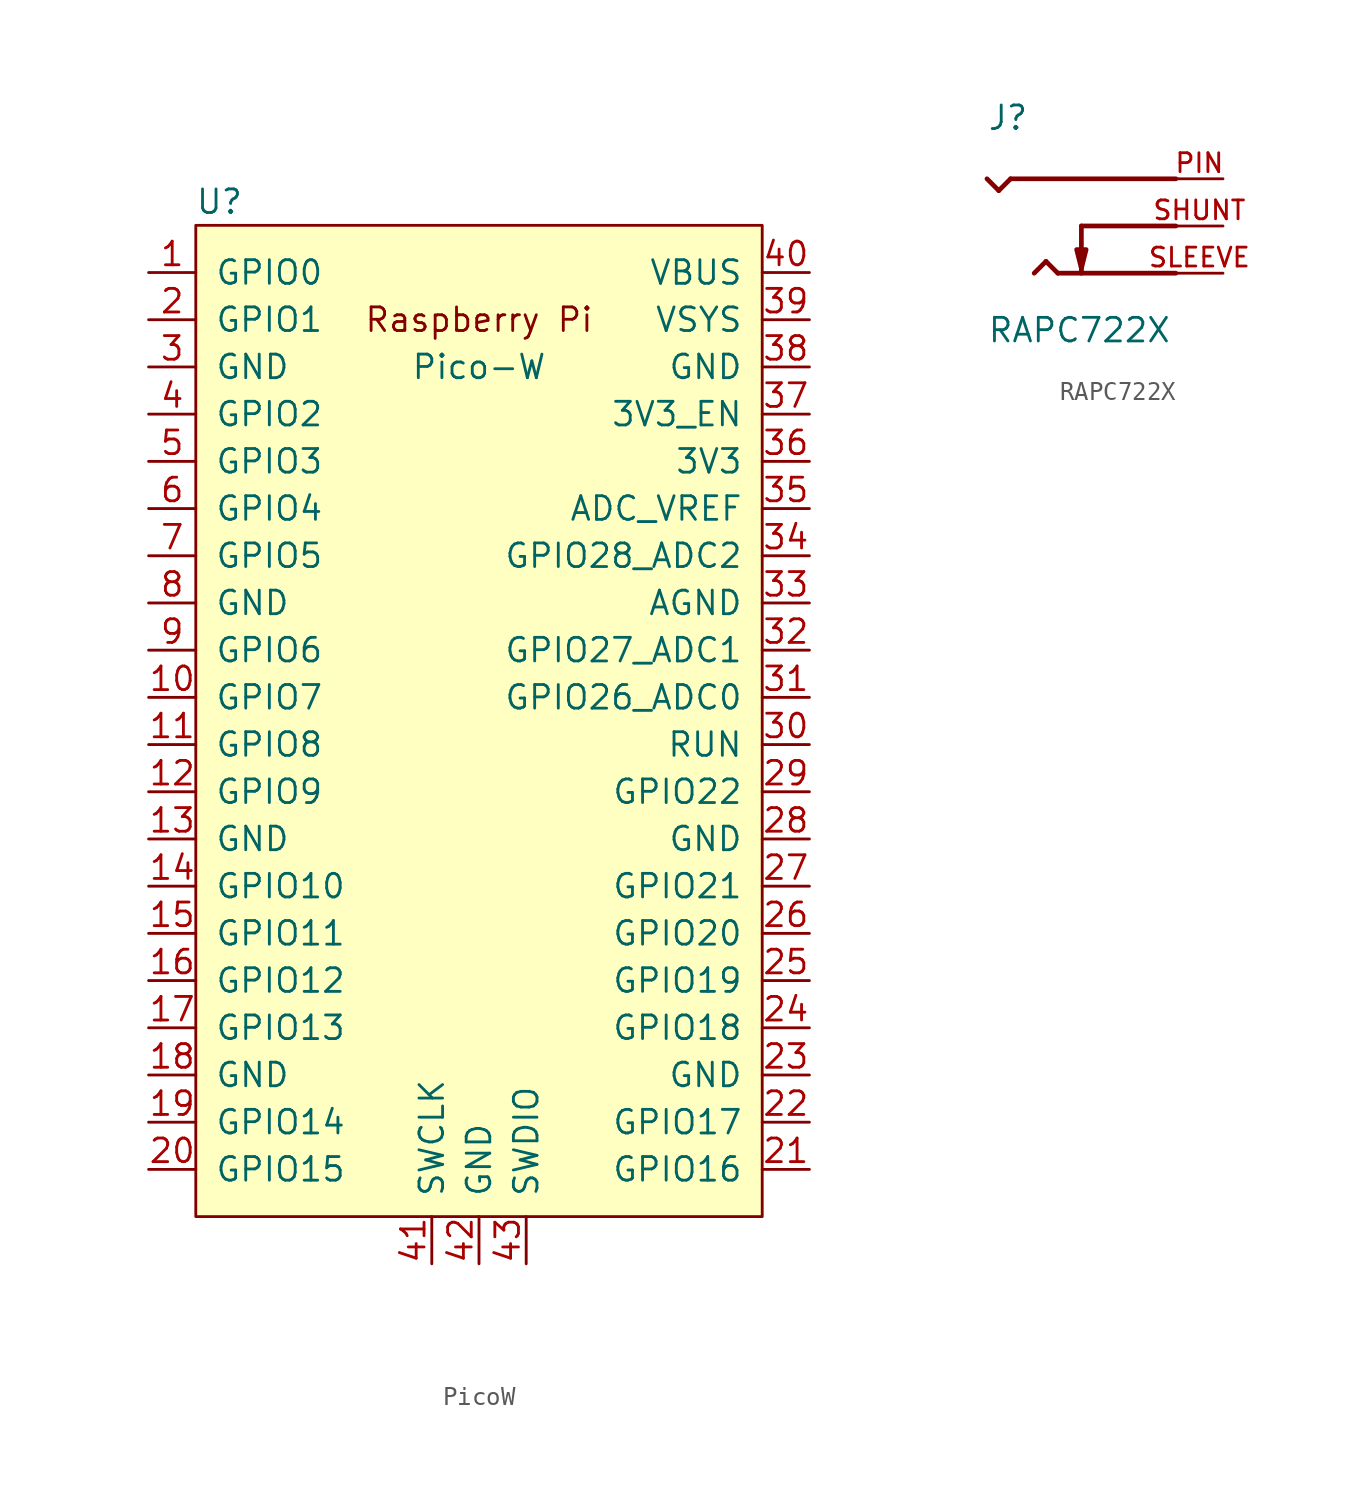
<source format=kicad_sym>
(kicad_symbol_lib
  (version 20231120)
  (generator "kicad_symbol_editor")
  (generator_version "8.0")
  (symbol "PicoW"
    (pin_names
      (offset 1.016))
    (property "Reference" "U"
      (at -13.97 27.94 0)
      (effects (font (size 1.27 1.27))))
    (property "Value" "Pico-W"
      (at 0 19.05 0)
      (effects (font (size 1.27 1.27))))
    (symbol "PicoW_0_0"
      (text "Raspberry Pi" (at 0 21.59 0) (effects (font (size 1.27 1.27)))))
    (symbol "PicoW_0_1"
      (rectangle (start -15.24 26.67) (end 15.24 -26.67) (stroke (width 0) (type default)) (fill (type background))))
    (symbol "PicoW_1_1"
      (pin bidirectional line (at -17.78 24.13 0) (length 2.54) (name "GPIO0" (effects (font (size 1.27 1.27)))) (number "1" (effects (font (size 1.27 1.27)))))
      (pin bidirectional line (at -17.78 1.27 0) (length 2.54) (name "GPIO7" (effects (font (size 1.27 1.27)))) (number "10" (effects (font (size 1.27 1.27)))))
      (pin bidirectional line (at -17.78 -1.27 0) (length 2.54) (name "GPIO8" (effects (font (size 1.27 1.27)))) (number "11" (effects (font (size 1.27 1.27)))))
      (pin bidirectional line (at -17.78 -3.81 0) (length 2.54) (name "GPIO9" (effects (font (size 1.27 1.27)))) (number "12" (effects (font (size 1.27 1.27)))))
      (pin power_in line (at -17.78 -6.35 0) (length 2.54) (name "GND" (effects (font (size 1.27 1.27)))) (number "13" (effects (font (size 1.27 1.27)))))
      (pin bidirectional line (at -17.78 -8.89 0) (length 2.54) (name "GPIO10" (effects (font (size 1.27 1.27)))) (number "14" (effects (font (size 1.27 1.27)))))
      (pin bidirectional line (at -17.78 -11.43 0) (length 2.54) (name "GPIO11" (effects (font (size 1.27 1.27)))) (number "15" (effects (font (size 1.27 1.27)))))
      (pin bidirectional line (at -17.78 -13.97 0) (length 2.54) (name "GPIO12" (effects (font (size 1.27 1.27)))) (number "16" (effects (font (size 1.27 1.27)))))
      (pin bidirectional line (at -17.78 -16.51 0) (length 2.54) (name "GPIO13" (effects (font (size 1.27 1.27)))) (number "17" (effects (font (size 1.27 1.27)))))
      (pin power_in line (at -17.78 -19.05 0) (length 2.54) (name "GND" (effects (font (size 1.27 1.27)))) (number "18" (effects (font (size 1.27 1.27)))))
      (pin bidirectional line (at -17.78 -21.59 0) (length 2.54) (name "GPIO14" (effects (font (size 1.27 1.27)))) (number "19" (effects (font (size 1.27 1.27)))))
      (pin bidirectional line (at -17.78 21.59 0) (length 2.54) (name "GPIO1" (effects (font (size 1.27 1.27)))) (number "2" (effects (font (size 1.27 1.27)))))
      (pin bidirectional line (at -17.78 -24.13 0) (length 2.54) (name "GPIO15" (effects (font (size 1.27 1.27)))) (number "20" (effects (font (size 1.27 1.27)))))
      (pin bidirectional line (at 17.78 -24.13 180) (length 2.54) (name "GPIO16" (effects (font (size 1.27 1.27)))) (number "21" (effects (font (size 1.27 1.27)))))
      (pin bidirectional line (at 17.78 -21.59 180) (length 2.54) (name "GPIO17" (effects (font (size 1.27 1.27)))) (number "22" (effects (font (size 1.27 1.27)))))
      (pin power_in line (at 17.78 -19.05 180) (length 2.54) (name "GND" (effects (font (size 1.27 1.27)))) (number "23" (effects (font (size 1.27 1.27)))))
      (pin bidirectional line (at 17.78 -16.51 180) (length 2.54) (name "GPIO18" (effects (font (size 1.27 1.27)))) (number "24" (effects (font (size 1.27 1.27)))))
      (pin bidirectional line (at 17.78 -13.97 180) (length 2.54) (name "GPIO19" (effects (font (size 1.27 1.27)))) (number "25" (effects (font (size 1.27 1.27)))))
      (pin bidirectional line (at 17.78 -11.43 180) (length 2.54) (name "GPIO20" (effects (font (size 1.27 1.27)))) (number "26" (effects (font (size 1.27 1.27)))))
      (pin bidirectional line (at 17.78 -8.89 180) (length 2.54) (name "GPIO21" (effects (font (size 1.27 1.27)))) (number "27" (effects (font (size 1.27 1.27)))))
      (pin power_in line (at 17.78 -6.35 180) (length 2.54) (name "GND" (effects (font (size 1.27 1.27)))) (number "28" (effects (font (size 1.27 1.27)))))
      (pin bidirectional line (at 17.78 -3.81 180) (length 2.54) (name "GPIO22" (effects (font (size 1.27 1.27)))) (number "29" (effects (font (size 1.27 1.27)))))
      (pin power_in line (at -17.78 19.05 0) (length 2.54) (name "GND" (effects (font (size 1.27 1.27)))) (number "3" (effects (font (size 1.27 1.27)))))
      (pin input line (at 17.78 -1.27 180) (length 2.54) (name "RUN" (effects (font (size 1.27 1.27)))) (number "30" (effects (font (size 1.27 1.27)))))
      (pin bidirectional line (at 17.78 1.27 180) (length 2.54) (name "GPIO26_ADC0" (effects (font (size 1.27 1.27)))) (number "31" (effects (font (size 1.27 1.27)))))
      (pin bidirectional line (at 17.78 3.81 180) (length 2.54) (name "GPIO27_ADC1" (effects (font (size 1.27 1.27)))) (number "32" (effects (font (size 1.27 1.27)))))
      (pin power_in line (at 17.78 6.35 180) (length 2.54) (name "AGND" (effects (font (size 1.27 1.27)))) (number "33" (effects (font (size 1.27 1.27)))))
      (pin bidirectional line (at 17.78 8.89 180) (length 2.54) (name "GPIO28_ADC2" (effects (font (size 1.27 1.27)))) (number "34" (effects (font (size 1.27 1.27)))))
      (pin unspecified line (at 17.78 11.43 180) (length 2.54) (name "ADC_VREF" (effects (font (size 1.27 1.27)))) (number "35" (effects (font (size 1.27 1.27)))))
      (pin unspecified line (at 17.78 13.97 180) (length 2.54) (name "3V3" (effects (font (size 1.27 1.27)))) (number "36" (effects (font (size 1.27 1.27)))))
      (pin input line (at 17.78 16.51 180) (length 2.54) (name "3V3_EN" (effects (font (size 1.27 1.27)))) (number "37" (effects (font (size 1.27 1.27)))))
      (pin bidirectional line (at 17.78 19.05 180) (length 2.54) (name "GND" (effects (font (size 1.27 1.27)))) (number "38" (effects (font (size 1.27 1.27)))))
      (pin unspecified line (at 17.78 21.59 180) (length 2.54) (name "VSYS" (effects (font (size 1.27 1.27)))) (number "39" (effects (font (size 1.27 1.27)))))
      (pin bidirectional line (at -17.78 16.51 0) (length 2.54) (name "GPIO2" (effects (font (size 1.27 1.27)))) (number "4" (effects (font (size 1.27 1.27)))))
      (pin unspecified line (at 17.78 24.13 180) (length 2.54) (name "VBUS" (effects (font (size 1.27 1.27)))) (number "40" (effects (font (size 1.27 1.27)))))
      (pin input line (at -2.54 -29.21 90) (length 2.54) (name "SWCLK" (effects (font (size 1.27 1.27)))) (number "41" (effects (font (size 1.27 1.27)))))
      (pin power_in line (at 0 -29.21 90) (length 2.54) (name "GND" (effects (font (size 1.27 1.27)))) (number "42" (effects (font (size 1.27 1.27)))))
      (pin bidirectional line (at 2.54 -29.21 90) (length 2.54) (name "SWDIO" (effects (font (size 1.27 1.27)))) (number "43" (effects (font (size 1.27 1.27)))))
      (pin bidirectional line (at -17.78 13.97 0) (length 2.54) (name "GPIO3" (effects (font (size 1.27 1.27)))) (number "5" (effects (font (size 1.27 1.27)))))
      (pin bidirectional line (at -17.78 11.43 0) (length 2.54) (name "GPIO4" (effects (font (size 1.27 1.27)))) (number "6" (effects (font (size 1.27 1.27)))))
      (pin bidirectional line (at -17.78 8.89 0) (length 2.54) (name "GPIO5" (effects (font (size 1.27 1.27)))) (number "7" (effects (font (size 1.27 1.27)))))
      (pin power_in line (at -17.78 6.35 0) (length 2.54) (name "GND" (effects (font (size 1.27 1.27)))) (number "8" (effects (font (size 1.27 1.27)))))
      (pin bidirectional line (at -17.78 3.81 0) (length 2.54) (name "GPIO6" (effects (font (size 1.27 1.27)))) (number "9" (effects (font (size 1.27 1.27)))))))
  (symbol "RAPC722X"
    (pin_names
      (offset 1.016))
    (property "Reference" "J"
      (at -5.08 5.08 0)
      (effects (font (size 1.27 1.27)) (justify left bottom)))
    (property "Value" "RAPC722X"
      (at -5.08 -6.35 0)
      (effects (font (size 1.27 1.27)) (justify left bottom)))
    (symbol "RAPC722X_0_0"
      (polyline (pts (xy -4.445 1.905) (xy -5.08 2.54)) (stroke (width 0.254) (type default)) (fill (type none)))
      (polyline (pts (xy -3.81 2.54) (xy -4.445 1.905)) (stroke (width 0.254) (type default)) (fill (type none)))
      (polyline (pts (xy -1.905 -1.905) (xy -2.54 -2.54)) (stroke (width 0.254) (type default)) (fill (type none)))
      (polyline (pts (xy -1.27 -2.54) (xy -1.905 -1.905)) (stroke (width 0.254) (type default)) (fill (type none)))
      (polyline (pts (xy 0 0) (xy 0 -2.54)) (stroke (width 0.254) (type default)) (fill (type none)))
      (polyline (pts (xy 0 0) (xy 5.08 0)) (stroke (width 0.254) (type default)) (fill (type none)))
      (polyline (pts (xy 5.08 -2.54) (xy -1.27 -2.54)) (stroke (width 0.254) (type default)) (fill (type none)))
      (polyline (pts (xy 5.08 2.54) (xy -3.81 2.54)) (stroke (width 0.254) (type default)) (fill (type none)))
      (polyline (pts (xy 0 -2.286) (xy 0.254 -1.27) (xy -0.254 -1.27) (xy 0 -2.286)) (stroke (width 0.254) (type default)) (fill (type outline)))
      (pin passive line (at 7.62 2.54 180) (length 2.54) (name "~" (effects (font (size 1.016 1.016)))) (number "PIN" (effects (font (size 1.016 1.016)))))
      (pin passive line (at 7.62 0 180) (length 2.54) (name "~" (effects (font (size 1.016 1.016)))) (number "SHUNT" (effects (font (size 1.016 1.016)))))
      (pin passive line (at 7.62 -2.54 180) (length 2.54) (name "~" (effects (font (size 1.016 1.016)))) (number "SLEEVE" (effects (font (size 1.016 1.016))))))))
</source>
